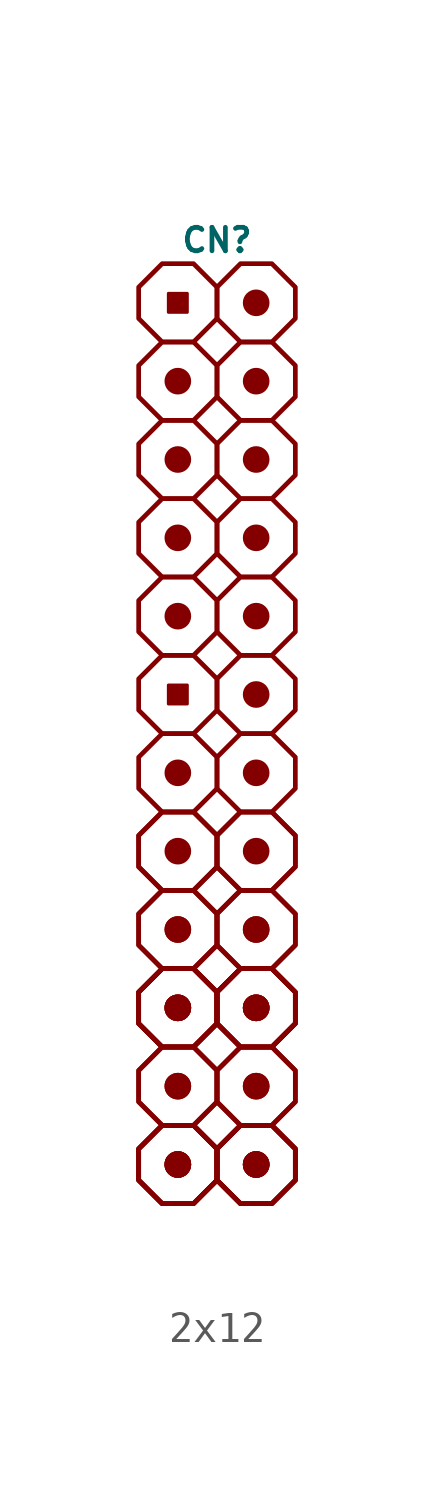
<source format=kicad_sym>
(kicad_symbol_lib
  (version 20220914)
  (generator kicad_symbol_editor)
  (symbol "2x12"
    (pin_numbers hide)
    (pin_names
      (offset 0) hide)
    (property "Reference" "CN"
      (at 0 16.002 0)
      (effects (font (size 0.762 0.762))))
    (symbol "2x12_0_1"
      (rectangle (start -1.575 1.575) (end -0.965 0.965) (stroke (width 0.102) (type solid)) (fill (type outline)))
      (rectangle (start -1.575 14.275) (end -0.965 13.665) (stroke (width 0.102) (type solid)) (fill (type outline)))
      (circle (center -1.27 -13.97) (radius 0.356) (stroke (width 0) (type solid)) (fill (type outline)))
      (circle (center -1.27 -13.97) (radius 0.356) (stroke (width 0) (type solid)) (fill (type outline)))
      (circle (center -1.27 -13.97) (radius 0.356) (stroke (width 0) (type solid)) (fill (type outline)))
      (circle (center -1.27 -13.97) (radius 0.356) (stroke (width 0) (type solid)) (fill (type outline)))
      (circle (center -1.27 -11.43) (radius 0.356) (stroke (width 0) (type solid)) (fill (type outline)))
      (circle (center -1.27 -11.43) (radius 0.356) (stroke (width 0) (type solid)) (fill (type outline)))
      (circle (center -1.27 -8.89) (radius 0.356) (stroke (width 0) (type solid)) (fill (type outline)))
      (circle (center -1.27 -8.89) (radius 0.356) (stroke (width 0) (type solid)) (fill (type outline)))
      (circle (center -1.27 -8.89) (radius 0.356) (stroke (width 0) (type solid)) (fill (type outline)))
      (circle (center -1.27 -8.89) (radius 0.356) (stroke (width 0) (type solid)) (fill (type outline)))
      (circle (center -1.27 -6.35) (radius 0.356) (stroke (width 0) (type solid)) (fill (type outline)))
      (circle (center -1.27 -6.35) (radius 0.356) (stroke (width 0) (type solid)) (fill (type outline)))
      (circle (center -1.27 -3.81) (radius 0.356) (stroke (width 0) (type solid)) (fill (type outline)))
      (circle (center -1.27 -1.27) (radius 0.356) (stroke (width 0) (type solid)) (fill (type outline)))
      (circle (center -1.27 3.81) (radius 0.356) (stroke (width 0) (type solid)) (fill (type outline)))
      (circle (center -1.27 6.35) (radius 0.356) (stroke (width 0) (type solid)) (fill (type outline)))
      (circle (center -1.27 8.89) (radius 0.356) (stroke (width 0) (type solid)) (fill (type outline)))
      (circle (center -1.27 11.43) (radius 0.356) (stroke (width 0) (type solid)) (fill (type outline)))
      (polyline (pts (xy -1.27 -15.24) (xy -1.778 -15.24) (xy -2.54 -14.478) (xy -2.54 -13.462) (xy -1.778 -12.7) (xy -0.762 -12.7) (xy 0 -13.462) (xy 0 -14.478) (xy -0.762 -15.24) (xy -1.27 -15.24)) (stroke (width 0) (type solid)) (fill (type none)))
      (polyline (pts (xy -1.27 -15.24) (xy -1.778 -15.24) (xy -2.54 -14.478) (xy -2.54 -13.462) (xy -1.778 -12.7) (xy -0.762 -12.7) (xy 0 -13.462) (xy 0 -14.478) (xy -0.762 -15.24) (xy -1.27 -15.24)) (stroke (width 0) (type solid)) (fill (type none)))
      (polyline (pts (xy -1.27 -15.24) (xy -1.778 -15.24) (xy -2.54 -14.478) (xy -2.54 -13.462) (xy -1.778 -12.7) (xy -0.762 -12.7) (xy 0 -13.462) (xy 0 -14.478) (xy -0.762 -15.24) (xy -1.27 -15.24)) (stroke (width 0) (type solid)) (fill (type none)))
      (polyline (pts (xy -1.27 -15.24) (xy -1.778 -15.24) (xy -2.54 -14.478) (xy -2.54 -13.462) (xy -1.778 -12.7) (xy -0.762 -12.7) (xy 0 -13.462) (xy 0 -14.478) (xy -0.762 -15.24) (xy -1.27 -15.24)) (stroke (width 0) (type solid)) (fill (type none)))
      (polyline (pts (xy -1.27 -12.7) (xy -1.778 -12.7) (xy -2.54 -11.938) (xy -2.54 -10.922) (xy -1.778 -10.16) (xy -0.762 -10.16) (xy 0 -10.922) (xy 0 -11.938) (xy -0.762 -12.7) (xy -1.27 -12.7)) (stroke (width 0) (type solid)) (fill (type none)))
      (polyline (pts (xy -1.27 -12.7) (xy -1.778 -12.7) (xy -2.54 -11.938) (xy -2.54 -10.922) (xy -1.778 -10.16) (xy -0.762 -10.16) (xy 0 -10.922) (xy 0 -11.938) (xy -0.762 -12.7) (xy -1.27 -12.7)) (stroke (width 0) (type solid)) (fill (type none)))
      (polyline (pts (xy -1.27 -10.16) (xy -1.778 -10.16) (xy -2.54 -9.398) (xy -2.54 -8.382) (xy -1.778 -7.62) (xy -0.762 -7.62) (xy 0 -8.382) (xy 0 -9.398) (xy -0.762 -10.16) (xy -1.27 -10.16)) (stroke (width 0) (type solid)) (fill (type none)))
      (polyline (pts (xy -1.27 -10.16) (xy -1.778 -10.16) (xy -2.54 -9.398) (xy -2.54 -8.382) (xy -1.778 -7.62) (xy -0.762 -7.62) (xy 0 -8.382) (xy 0 -9.398) (xy -0.762 -10.16) (xy -1.27 -10.16)) (stroke (width 0) (type solid)) (fill (type none)))
      (polyline (pts (xy -1.27 -10.16) (xy -1.778 -10.16) (xy -2.54 -9.398) (xy -2.54 -8.382) (xy -1.778 -7.62) (xy -0.762 -7.62) (xy 0 -8.382) (xy 0 -9.398) (xy -0.762 -10.16) (xy -1.27 -10.16)) (stroke (width 0) (type solid)) (fill (type none)))
      (polyline (pts (xy -1.27 -10.16) (xy -1.778 -10.16) (xy -2.54 -9.398) (xy -2.54 -8.382) (xy -1.778 -7.62) (xy -0.762 -7.62) (xy 0 -8.382) (xy 0 -9.398) (xy -0.762 -10.16) (xy -1.27 -10.16)) (stroke (width 0) (type solid)) (fill (type none)))
      (polyline (pts (xy -1.27 -7.62) (xy -1.778 -7.62) (xy -2.54 -6.858) (xy -2.54 -5.842) (xy -1.778 -5.08) (xy -0.762 -5.08) (xy 0 -5.842) (xy 0 -6.858) (xy -0.762 -7.62) (xy -1.27 -7.62)) (stroke (width 0) (type solid)) (fill (type none)))
      (polyline (pts (xy -1.27 -7.62) (xy -1.778 -7.62) (xy -2.54 -6.858) (xy -2.54 -5.842) (xy -1.778 -5.08) (xy -0.762 -5.08) (xy 0 -5.842) (xy 0 -6.858) (xy -0.762 -7.62) (xy -1.27 -7.62)) (stroke (width 0) (type solid)) (fill (type none)))
      (polyline (pts (xy -1.27 -5.08) (xy -1.778 -5.08) (xy -2.54 -4.318) (xy -2.54 -3.302) (xy -1.778 -2.54) (xy -0.762 -2.54) (xy 0 -3.302) (xy 0 -4.318) (xy -0.762 -5.08) (xy -1.27 -5.08)) (stroke (width 0) (type solid)) (fill (type none)))
      (polyline (pts (xy -1.27 -5.08) (xy -1.778 -5.08) (xy -2.54 -4.318) (xy -2.54 -3.302) (xy -1.778 -2.54) (xy -0.762 -2.54) (xy 0 -3.302) (xy 0 -4.318) (xy -0.762 -5.08) (xy -1.27 -5.08)) (stroke (width 0) (type solid)) (fill (type none)))
      (polyline (pts (xy -1.27 -2.54) (xy -1.778 -2.54) (xy -2.54 -1.778) (xy -2.54 -0.762) (xy -1.778 0) (xy -0.762 0) (xy 0 -0.762) (xy 0 -1.778) (xy -0.762 -2.54) (xy -1.27 -2.54)) (stroke (width 0) (type solid)) (fill (type none)))
      (polyline (pts (xy -1.27 0) (xy -1.778 0) (xy -2.54 0.762) (xy -2.54 1.778) (xy -1.778 2.54) (xy -0.762 2.54) (xy 0 1.778) (xy 0 0.762) (xy -0.762 0) (xy -1.27 0)) (stroke (width 0) (type solid)) (fill (type none)))
      (polyline (pts (xy -1.27 2.54) (xy -1.778 2.54) (xy -2.54 3.302) (xy -2.54 4.318) (xy -1.778 5.08) (xy -0.762 5.08) (xy 0 4.318) (xy 0 3.302) (xy -0.762 2.54) (xy -1.27 2.54)) (stroke (width 0) (type solid)) (fill (type none)))
      (polyline (pts (xy -1.27 5.08) (xy -1.778 5.08) (xy -2.54 5.842) (xy -2.54 6.858) (xy -1.778 7.62) (xy -0.762 7.62) (xy 0 6.858) (xy 0 5.842) (xy -0.762 5.08) (xy -1.27 5.08)) (stroke (width 0) (type solid)) (fill (type none)))
      (polyline (pts (xy -1.27 7.62) (xy -1.778 7.62) (xy -2.54 8.382) (xy -2.54 9.398) (xy -1.778 10.16) (xy -0.762 10.16) (xy 0 9.398) (xy 0 8.382) (xy -0.762 7.62) (xy -1.27 7.62)) (stroke (width 0) (type solid)) (fill (type none)))
      (polyline (pts (xy -1.27 10.16) (xy -1.778 10.16) (xy -2.54 10.922) (xy -2.54 11.938) (xy -1.778 12.7) (xy -0.762 12.7) (xy 0 11.938) (xy 0 10.922) (xy -0.762 10.16) (xy -1.27 10.16)) (stroke (width 0) (type solid)) (fill (type none)))
      (polyline (pts (xy -1.27 12.7) (xy -1.778 12.7) (xy -2.54 13.462) (xy -2.54 14.478) (xy -1.778 15.24) (xy -0.762 15.24) (xy 0 14.478) (xy 0 13.462) (xy -0.762 12.7) (xy -1.27 12.7)) (stroke (width 0) (type solid)) (fill (type none)))
      (polyline (pts (xy 1.27 -15.24) (xy 0.762 -15.24) (xy 0 -14.478) (xy 0 -13.462) (xy 0.762 -12.7) (xy 1.778 -12.7) (xy 2.54 -13.462) (xy 2.54 -14.478) (xy 1.778 -15.24) (xy 1.27 -15.24)) (stroke (width 0) (type solid)) (fill (type none)))
      (polyline (pts (xy 1.27 -15.24) (xy 0.762 -15.24) (xy 0 -14.478) (xy 0 -13.462) (xy 0.762 -12.7) (xy 1.778 -12.7) (xy 2.54 -13.462) (xy 2.54 -14.478) (xy 1.778 -15.24) (xy 1.27 -15.24)) (stroke (width 0) (type solid)) (fill (type none)))
      (polyline (pts (xy 1.27 -15.24) (xy 0.762 -15.24) (xy 0 -14.478) (xy 0 -13.462) (xy 0.762 -12.7) (xy 1.778 -12.7) (xy 2.54 -13.462) (xy 2.54 -14.478) (xy 1.778 -15.24) (xy 1.27 -15.24)) (stroke (width 0) (type solid)) (fill (type none)))
      (polyline (pts (xy 1.27 -15.24) (xy 0.762 -15.24) (xy 0 -14.478) (xy 0 -13.462) (xy 0.762 -12.7) (xy 1.778 -12.7) (xy 2.54 -13.462) (xy 2.54 -14.478) (xy 1.778 -15.24) (xy 1.27 -15.24)) (stroke (width 0) (type solid)) (fill (type none)))
      (polyline (pts (xy 1.27 -12.7) (xy 0.762 -12.7) (xy 0 -11.938) (xy 0 -10.922) (xy 0.762 -10.16) (xy 1.778 -10.16) (xy 2.54 -10.922) (xy 2.54 -11.938) (xy 1.778 -12.7) (xy 1.27 -12.7)) (stroke (width 0) (type solid)) (fill (type none)))
      (polyline (pts (xy 1.27 -12.7) (xy 0.762 -12.7) (xy 0 -11.938) (xy 0 -10.922) (xy 0.762 -10.16) (xy 1.778 -10.16) (xy 2.54 -10.922) (xy 2.54 -11.938) (xy 1.778 -12.7) (xy 1.27 -12.7)) (stroke (width 0) (type solid)) (fill (type none)))
      (polyline (pts (xy 1.27 -10.16) (xy 0.762 -10.16) (xy 0 -9.398) (xy 0 -8.382) (xy 0.762 -7.62) (xy 1.778 -7.62) (xy 2.54 -8.382) (xy 2.54 -9.398) (xy 1.778 -10.16) (xy 1.27 -10.16)) (stroke (width 0) (type solid)) (fill (type none)))
      (polyline (pts (xy 1.27 -10.16) (xy 0.762 -10.16) (xy 0 -9.398) (xy 0 -8.382) (xy 0.762 -7.62) (xy 1.778 -7.62) (xy 2.54 -8.382) (xy 2.54 -9.398) (xy 1.778 -10.16) (xy 1.27 -10.16)) (stroke (width 0) (type solid)) (fill (type none)))
      (polyline (pts (xy 1.27 -10.16) (xy 0.762 -10.16) (xy 0 -9.398) (xy 0 -8.382) (xy 0.762 -7.62) (xy 1.778 -7.62) (xy 2.54 -8.382) (xy 2.54 -9.398) (xy 1.778 -10.16) (xy 1.27 -10.16)) (stroke (width 0) (type solid)) (fill (type none)))
      (polyline (pts (xy 1.27 -10.16) (xy 0.762 -10.16) (xy 0 -9.398) (xy 0 -8.382) (xy 0.762 -7.62) (xy 1.778 -7.62) (xy 2.54 -8.382) (xy 2.54 -9.398) (xy 1.778 -10.16) (xy 1.27 -10.16)) (stroke (width 0) (type solid)) (fill (type none)))
      (polyline (pts (xy 1.27 -7.62) (xy 0.762 -7.62) (xy 0 -6.858) (xy 0 -5.842) (xy 0.762 -5.08) (xy 1.778 -5.08) (xy 2.54 -5.842) (xy 2.54 -6.858) (xy 1.778 -7.62) (xy 1.27 -7.62)) (stroke (width 0) (type solid)) (fill (type none)))
      (polyline (pts (xy 1.27 -7.62) (xy 0.762 -7.62) (xy 0 -6.858) (xy 0 -5.842) (xy 0.762 -5.08) (xy 1.778 -5.08) (xy 2.54 -5.842) (xy 2.54 -6.858) (xy 1.778 -7.62) (xy 1.27 -7.62)) (stroke (width 0) (type solid)) (fill (type none)))
      (polyline (pts (xy 1.27 -5.08) (xy 0.762 -5.08) (xy 0 -4.318) (xy 0 -3.302) (xy 0.762 -2.54) (xy 1.778 -2.54) (xy 2.54 -3.302) (xy 2.54 -4.318) (xy 1.778 -5.08) (xy 1.27 -5.08)) (stroke (width 0) (type solid)) (fill (type none)))
      (polyline (pts (xy 1.27 -5.08) (xy 0.762 -5.08) (xy 0 -4.318) (xy 0 -3.302) (xy 0.762 -2.54) (xy 1.778 -2.54) (xy 2.54 -3.302) (xy 2.54 -4.318) (xy 1.778 -5.08) (xy 1.27 -5.08)) (stroke (width 0) (type solid)) (fill (type none)))
      (polyline (pts (xy 1.27 -2.54) (xy 0.762 -2.54) (xy 0 -1.778) (xy 0 -0.762) (xy 0.762 0) (xy 1.778 0) (xy 2.54 -0.762) (xy 2.54 -1.778) (xy 1.778 -2.54) (xy 1.27 -2.54)) (stroke (width 0) (type solid)) (fill (type none)))
      (polyline (pts (xy 1.27 0) (xy 0.762 0) (xy 0 0.762) (xy 0 1.778) (xy 0.762 2.54) (xy 1.778 2.54) (xy 2.54 1.778) (xy 2.54 0.762) (xy 1.778 0) (xy 1.27 0)) (stroke (width 0) (type solid)) (fill (type none)))
      (polyline (pts (xy 1.27 2.54) (xy 0.762 2.54) (xy 0 3.302) (xy 0 4.318) (xy 0.762 5.08) (xy 1.778 5.08) (xy 2.54 4.318) (xy 2.54 3.302) (xy 1.778 2.54) (xy 1.27 2.54)) (stroke (width 0) (type solid)) (fill (type none)))
      (polyline (pts (xy 1.27 5.08) (xy 0.762 5.08) (xy 0 5.842) (xy 0 6.858) (xy 0.762 7.62) (xy 1.778 7.62) (xy 2.54 6.858) (xy 2.54 5.842) (xy 1.778 5.08) (xy 1.27 5.08)) (stroke (width 0) (type solid)) (fill (type none)))
      (polyline (pts (xy 1.27 7.62) (xy 0.762 7.62) (xy 0 8.382) (xy 0 9.398) (xy 0.762 10.16) (xy 1.778 10.16) (xy 2.54 9.398) (xy 2.54 8.382) (xy 1.778 7.62) (xy 1.27 7.62)) (stroke (width 0) (type solid)) (fill (type none)))
      (polyline (pts (xy 1.27 10.16) (xy 0.762 10.16) (xy 0 10.922) (xy 0 11.938) (xy 0.762 12.7) (xy 1.778 12.7) (xy 2.54 11.938) (xy 2.54 10.922) (xy 1.778 10.16) (xy 1.27 10.16)) (stroke (width 0) (type solid)) (fill (type none)))
      (polyline (pts (xy 1.27 12.7) (xy 0.762 12.7) (xy 0 13.462) (xy 0 14.478) (xy 0.762 15.24) (xy 1.778 15.24) (xy 2.54 14.478) (xy 2.54 13.462) (xy 1.778 12.7) (xy 1.27 12.7)) (stroke (width 0) (type solid)) (fill (type none)))
      (circle (center 1.27 -13.97) (radius 0.356) (stroke (width 0) (type solid)) (fill (type outline)))
      (circle (center 1.27 -13.97) (radius 0.356) (stroke (width 0) (type solid)) (fill (type outline)))
      (circle (center 1.27 -13.97) (radius 0.356) (stroke (width 0) (type solid)) (fill (type outline)))
      (circle (center 1.27 -13.97) (radius 0.356) (stroke (width 0) (type solid)) (fill (type outline)))
      (circle (center 1.27 -11.43) (radius 0.356) (stroke (width 0) (type solid)) (fill (type outline)))
      (circle (center 1.27 -11.43) (radius 0.356) (stroke (width 0) (type solid)) (fill (type outline)))
      (circle (center 1.27 -8.89) (radius 0.356) (stroke (width 0) (type solid)) (fill (type outline)))
      (circle (center 1.27 -8.89) (radius 0.356) (stroke (width 0) (type solid)) (fill (type outline)))
      (circle (center 1.27 -8.89) (radius 0.356) (stroke (width 0) (type solid)) (fill (type outline)))
      (circle (center 1.27 -8.89) (radius 0.356) (stroke (width 0) (type solid)) (fill (type outline)))
      (circle (center 1.27 -6.35) (radius 0.356) (stroke (width 0) (type solid)) (fill (type outline)))
      (circle (center 1.27 -6.35) (radius 0.356) (stroke (width 0) (type solid)) (fill (type outline)))
      (circle (center 1.27 -3.81) (radius 0.356) (stroke (width 0) (type solid)) (fill (type outline)))
      (circle (center 1.27 -1.27) (radius 0.356) (stroke (width 0) (type solid)) (fill (type outline)))
      (circle (center 1.27 1.27) (radius 0.356) (stroke (width 0) (type solid)) (fill (type outline)))
      (circle (center 1.27 3.81) (radius 0.356) (stroke (width 0) (type solid)) (fill (type outline)))
      (circle (center 1.27 6.35) (radius 0.356) (stroke (width 0) (type solid)) (fill (type outline)))
      (circle (center 1.27 8.89) (radius 0.356) (stroke (width 0) (type solid)) (fill (type outline)))
      (circle (center 1.27 11.43) (radius 0.356) (stroke (width 0) (type solid)) (fill (type outline)))
      (circle (center 1.27 13.97) (radius 0.356) (stroke (width 0) (type solid)) (fill (type outline))))
    (symbol "2x12_1_1"
      (pin passive line (at -1.27 13.97 0) (length 0) (name "1" (effects (font (size 0.889 0.889)))) (number "1" (effects (font (size 0.889 0.889)))))
      (pin passive line (at -1.27 1.27 0) (length 0) (name "11" (effects (font (size 0.889 0.889)))) (number "1" (effects (font (size 0.889 0.889)))))
      (pin passive line (at 1.27 3.81 180) (length 0) (name "10" (effects (font (size 0.889 0.889)))) (number "10" (effects (font (size 0.889 0.889)))))
      (pin passive line (at 1.27 1.27 180) (length 0) (name "12" (effects (font (size 0.889 0.889)))) (number "12" (effects (font (size 0.889 0.889)))))
      (pin passive line (at -1.27 -1.27 0) (length 0) (name "13" (effects (font (size 0.889 0.889)))) (number "13" (effects (font (size 0.889 0.889)))))
      (pin passive line (at 1.27 -1.27 180) (length 0) (name "14" (effects (font (size 0.889 0.889)))) (number "14" (effects (font (size 0.889 0.889)))))
      (pin passive line (at -1.27 -3.81 0) (length 0) (name "15" (effects (font (size 0.889 0.889)))) (number "15" (effects (font (size 0.889 0.889)))))
      (pin passive line (at 1.27 -3.81 180) (length 0) (name "16" (effects (font (size 0.889 0.889)))) (number "16" (effects (font (size 0.889 0.889)))))
      (pin passive line (at -1.27 -6.35 0) (length 0) (name "17" (effects (font (size 0.889 0.889)))) (number "17" (effects (font (size 0.889 0.889)))))
      (pin passive line (at 1.27 -6.35 180) (length 0) (name "18" (effects (font (size 0.889 0.889)))) (number "18" (effects (font (size 0.889 0.889)))))
      (pin passive line (at -1.27 -8.89 0) (length 0) (name "19" (effects (font (size 0.889 0.889)))) (number "19" (effects (font (size 0.889 0.889)))))
      (pin passive line (at 1.27 13.97 180) (length 0) (name "2" (effects (font (size 0.889 0.889)))) (number "2" (effects (font (size 0.889 0.889)))))
      (pin passive line (at 1.27 -8.89 180) (length 0) (name "20" (effects (font (size 0.889 0.889)))) (number "20" (effects (font (size 0.889 0.889)))))
      (pin passive line (at -1.27 -11.43 0) (length 0) (name "21" (effects (font (size 0.889 0.889)))) (number "21" (effects (font (size 0.889 0.889)))))
      (pin passive line (at 1.27 -11.43 180) (length 0) (name "22" (effects (font (size 0.889 0.889)))) (number "22" (effects (font (size 0.889 0.889)))))
      (pin passive line (at -1.27 -13.97 0) (length 0) (name "23" (effects (font (size 0.889 0.889)))) (number "23" (effects (font (size 0.889 0.889)))))
      (pin passive line (at 1.27 -13.97 180) (length 0) (name "24" (effects (font (size 0.889 0.889)))) (number "24" (effects (font (size 0.889 0.889)))))
      (pin passive line (at -1.27 11.43 0) (length 0) (name "3" (effects (font (size 0.889 0.889)))) (number "3" (effects (font (size 0.889 0.889)))))
      (pin passive line (at 1.27 11.43 180) (length 0) (name "4" (effects (font (size 0.889 0.889)))) (number "4" (effects (font (size 0.889 0.889)))))
      (pin passive line (at -1.27 8.89 0) (length 0) (name "5" (effects (font (size 0.889 0.889)))) (number "5" (effects (font (size 0.889 0.889)))))
      (pin passive line (at 1.27 8.89 180) (length 0) (name "6" (effects (font (size 0.889 0.889)))) (number "6" (effects (font (size 0.889 0.889)))))
      (pin passive line (at -1.27 6.35 0) (length 0) (name "7" (effects (font (size 0.889 0.889)))) (number "7" (effects (font (size 0.889 0.889)))))
      (pin passive line (at 1.27 6.35 180) (length 0) (name "8" (effects (font (size 0.889 0.889)))) (number "8" (effects (font (size 0.889 0.889)))))
      (pin passive line (at -1.27 3.81 0) (length 0) (name "9" (effects (font (size 0.889 0.889)))) (number "9" (effects (font (size 0.889 0.889))))))))
</source>
